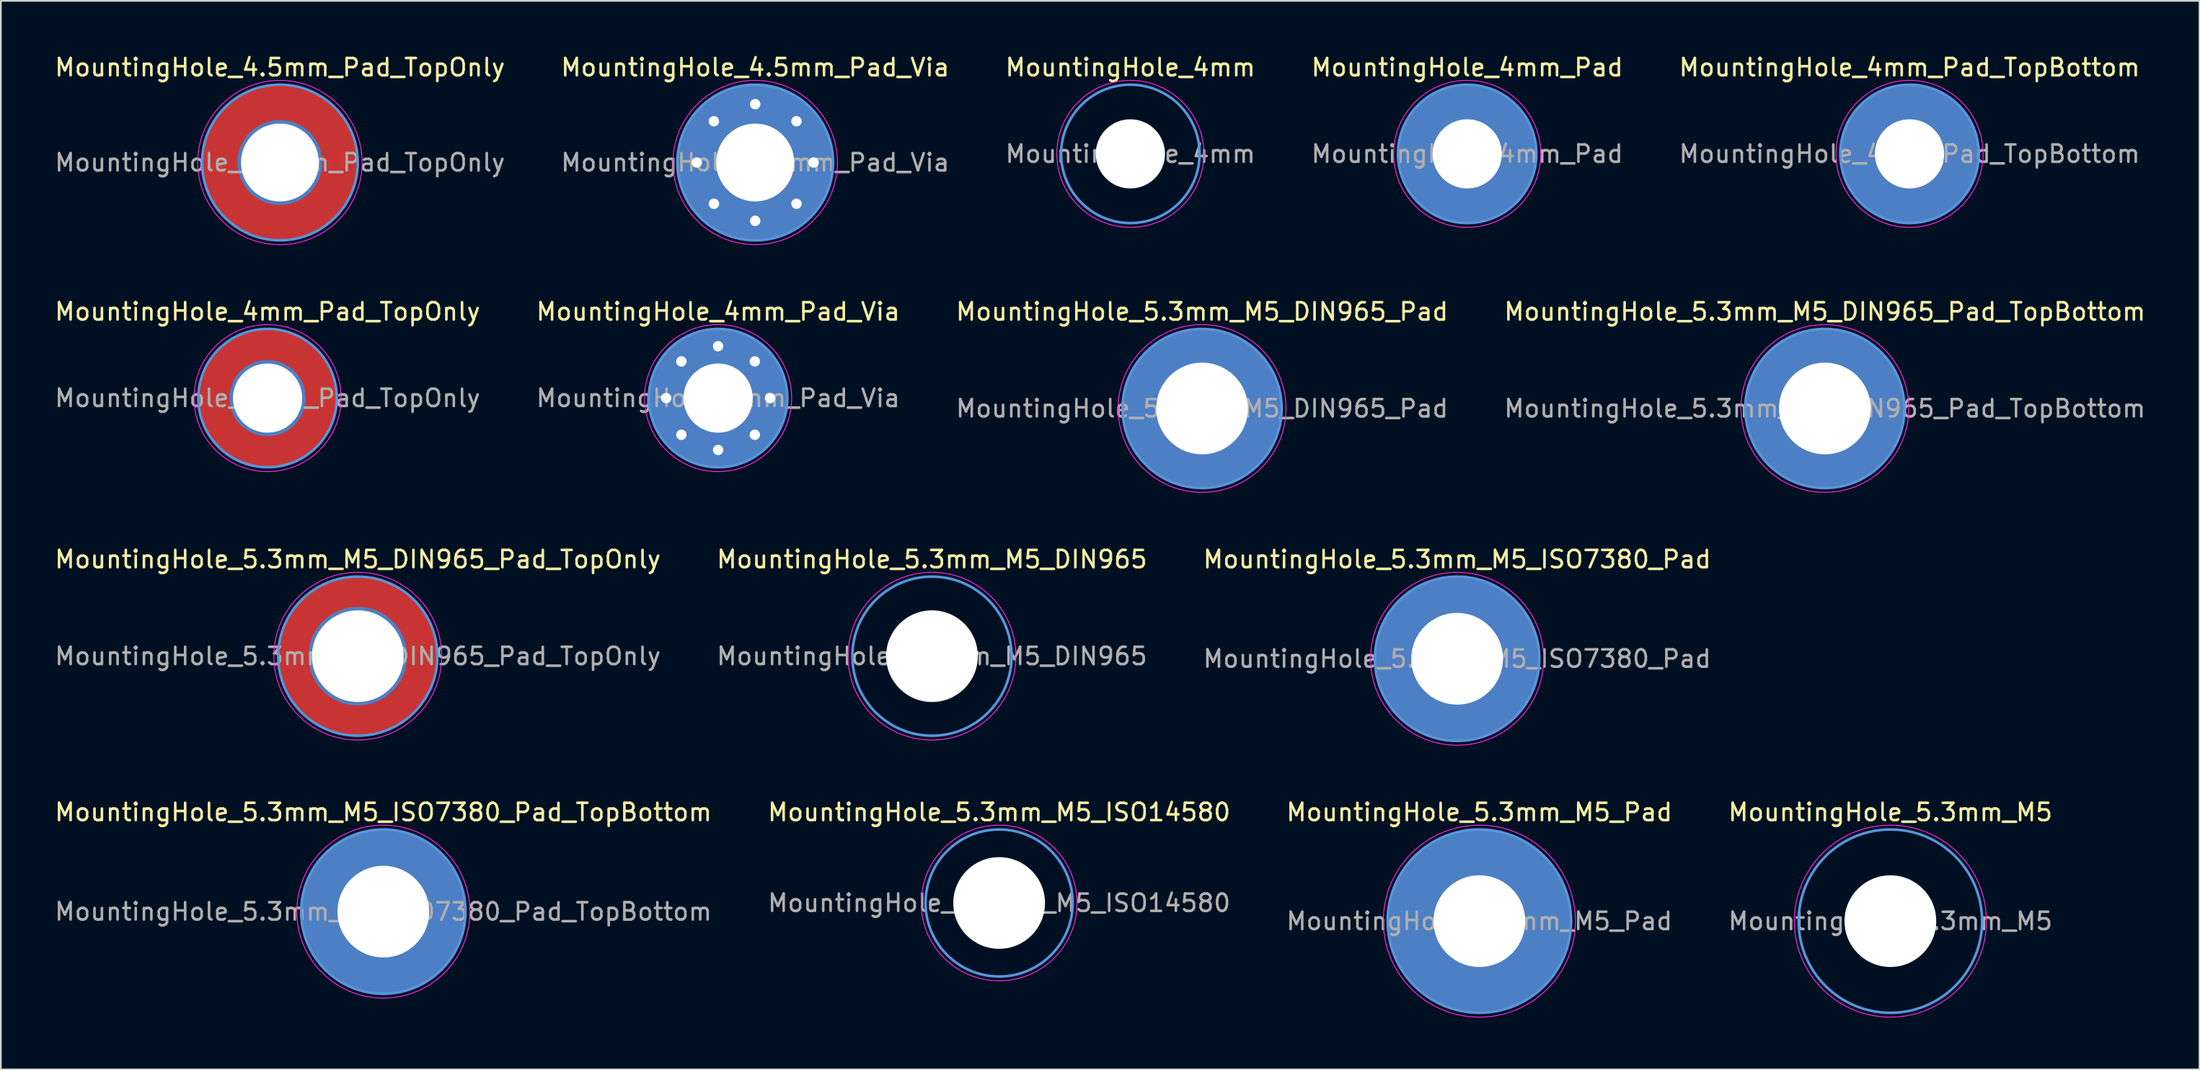
<source format=kicad_pcb>
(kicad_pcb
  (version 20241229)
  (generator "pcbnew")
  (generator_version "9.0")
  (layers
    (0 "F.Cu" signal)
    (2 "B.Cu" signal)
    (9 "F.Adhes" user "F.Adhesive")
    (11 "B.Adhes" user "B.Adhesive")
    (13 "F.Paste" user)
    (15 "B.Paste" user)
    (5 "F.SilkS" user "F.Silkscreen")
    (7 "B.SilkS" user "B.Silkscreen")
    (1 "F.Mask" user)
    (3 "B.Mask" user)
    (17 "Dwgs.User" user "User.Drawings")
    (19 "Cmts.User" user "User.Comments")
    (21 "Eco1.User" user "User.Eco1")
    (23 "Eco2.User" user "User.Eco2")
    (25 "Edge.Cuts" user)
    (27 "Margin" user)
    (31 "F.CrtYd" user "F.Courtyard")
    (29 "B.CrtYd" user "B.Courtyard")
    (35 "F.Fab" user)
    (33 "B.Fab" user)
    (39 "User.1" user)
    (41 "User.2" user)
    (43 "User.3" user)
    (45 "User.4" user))
  (footprint "MountingHole_5.3mm_M5_Pad"
    (layer "F.Cu")
    (at 82.435 50.218)
    (property "Reference" "MountingHole_5.3mm_M5_Pad" (at 0 -6.3 0) (layer "F.SilkS") (effects (font (size 1 1) (thickness 0.15))))
    (attr exclude_from_pos_files exclude_from_bom)
    (fp_circle (center 0 0) (end 5.3 0) (stroke (width 0.15) (type solid)) (fill no) (layer "Cmts.User"))
    (fp_circle (center 0 0) (end 5.55 0) (stroke (width 0.05) (type solid)) (fill no) (layer "F.CrtYd"))
    (fp_text user "${REFERENCE}" (at 0 0 0) (layer "F.Fab") (effects (font (size 1 1) (thickness 0.15))))
    (pad "1" thru_hole circle (at 0 0) (size 10.6 10.6) (drill 5.3) (layers "*.Cu" "*.Mask")))
  (footprint "MountingHole_4mm_Pad_TopBottom"
    (layer "F.Cu")
    (at 107.292 5.848)
    (property "Reference" "MountingHole_4mm_Pad_TopBottom" (at 0 -5 0) (layer "F.SilkS") (effects (font (size 1 1) (thickness 0.15))))
    (attr exclude_from_pos_files exclude_from_bom)
    (fp_circle (center 0 0) (end 4 0) (stroke (width 0.15) (type solid)) (fill no) (layer "Cmts.User"))
    (fp_circle (center 0 0) (end 4.25 0) (stroke (width 0.05) (type solid)) (fill no) (layer "F.CrtYd"))
    (fp_text user "${REFERENCE}" (at 0 0 0) (layer "F.Fab") (effects (font (size 1 1) (thickness 0.15))))
    (pad "1" thru_hole circle (at 0 0) (size 4.4 4.4) (drill 4) (layers "*.Cu" "*.Mask"))
    (pad "1" connect circle (at 0 0) (size 8 8) (layers "F.Cu" "F.Mask"))
    (pad "1" connect circle (at 0 0) (size 8 8) (layers "B.Cu" "B.Mask")))
  (footprint "MountingHole_4mm_Pad"
    (layer "F.Cu")
    (at 81.732 5.848)
    (property "Reference" "MountingHole_4mm_Pad" (at 0 -5 0) (layer "F.SilkS") (effects (font (size 1 1) (thickness 0.15))))
    (attr exclude_from_pos_files exclude_from_bom)
    (fp_circle (center 0 0) (end 4 0) (stroke (width 0.15) (type solid)) (fill no) (layer "Cmts.User"))
    (fp_circle (center 0 0) (end 4.25 0) (stroke (width 0.05) (type solid)) (fill no) (layer "F.CrtYd"))
    (fp_text user "${REFERENCE}" (at 0 0 0) (layer "F.Fab") (effects (font (size 1 1) (thickness 0.15))))
    (pad "1" thru_hole circle (at 0 0) (size 8 8) (drill 4) (layers "*.Cu" "*.Mask")))
  (footprint "MountingHole_5.3mm_M5_ISO7380_Pad"
    (layer "F.Cu")
    (at 81.149 35.045)
    (property "Reference" "MountingHole_5.3mm_M5_ISO7380_Pad" (at 0 -5.75 0) (layer "F.SilkS") (effects (font (size 1 1) (thickness 0.15))))
    (attr exclude_from_pos_files exclude_from_bom)
    (fp_circle (center 0 0) (end 4.75 0) (stroke (width 0.15) (type solid)) (fill no) (layer "Cmts.User"))
    (fp_circle (center 0 0) (end 5 0) (stroke (width 0.05) (type solid)) (fill no) (layer "F.CrtYd"))
    (fp_text user "${REFERENCE}" (at 0 0 0) (layer "F.Fab") (effects (font (size 1 1) (thickness 0.15))))
    (pad "1" thru_hole circle (at 0 0) (size 9.5 9.5) (drill 5.3) (layers "*.Cu" "*.Mask")))
  (footprint "MountingHole_5.3mm_M5_DIN965"
    (layer "F.Cu")
    (at 50.804 34.895)
    (property "Reference" "MountingHole_5.3mm_M5_DIN965" (at 0 -5.6 0) (layer "F.SilkS") (effects (font (size 1 1) (thickness 0.15))))
    (attr exclude_from_pos_files exclude_from_bom)
    (fp_circle (center 0 0) (end 4.6 0) (stroke (width 0.15) (type solid)) (fill no) (layer "Cmts.User"))
    (fp_circle (center 0 0) (end 4.85 0) (stroke (width 0.05) (type solid)) (fill no) (layer "F.CrtYd"))
    (fp_text user "${REFERENCE}" (at 0 0 0) (layer "F.Fab") (effects (font (size 1 1) (thickness 0.15))))
    (pad "" np_thru_hole circle (at 0 0) (size 5.3 5.3) (drill 5.3) (layers "*.Cu" "*.Mask")))
  (footprint "MountingHole_4.5mm_Pad_Via"
    (layer "F.Cu")
    (at 40.589 6.348)
    (property "Reference" "MountingHole_4.5mm_Pad_Via" (at 0 -5.5 0) (layer "F.SilkS") (effects (font (size 1 1) (thickness 0.15))))
    (attr exclude_from_pos_files exclude_from_bom)
    (fp_circle (center 0 0) (end 4.5 0) (stroke (width 0.15) (type solid)) (fill no) (layer "Cmts.User"))
    (fp_circle (center 0 0) (end 4.75 0) (stroke (width 0.05) (type solid)) (fill no) (layer "F.CrtYd"))
    (fp_text user "${REFERENCE}" (at 0 0 0) (layer "F.Fab") (effects (font (size 1 1) (thickness 0.15))))
    (pad "1" thru_hole circle (at -3.375 0) (size 0.9 0.9) (drill 0.6) (layers "*.Cu" "*.Mask"))
    (pad "1" thru_hole circle (at -2.386 -2.386) (size 0.9 0.9) (drill 0.6) (layers "*.Cu" "*.Mask"))
    (pad "1" thru_hole circle (at -2.386 2.386) (size 0.9 0.9) (drill 0.6) (layers "*.Cu" "*.Mask"))
    (pad "1" thru_hole circle (at 0 -3.375) (size 0.9 0.9) (drill 0.6) (layers "*.Cu" "*.Mask"))
    (pad "1" thru_hole circle (at 0 0) (size 9 9) (drill 4.5) (layers "*.Cu" "*.Mask"))
    (pad "1" thru_hole circle (at 0 3.375) (size 0.9 0.9) (drill 0.6) (layers "*.Cu" "*.Mask"))
    (pad "1" thru_hole circle (at 2.386 -2.386) (size 0.9 0.9) (drill 0.6) (layers "*.Cu" "*.Mask"))
    (pad "1" thru_hole circle (at 2.386 2.386) (size 0.9 0.9) (drill 0.6) (layers "*.Cu" "*.Mask"))
    (pad "1" thru_hole circle (at 3.375 0) (size 0.9 0.9) (drill 0.6) (layers "*.Cu" "*.Mask")))
  (footprint "MountingHole_5.3mm_M5_DIN965_Pad_TopOnly"
    (layer "F.Cu")
    (at 17.625 34.895)
    (property "Reference" "MountingHole_5.3mm_M5_DIN965_Pad_TopOnly" (at 0 -5.6 0) (layer "F.SilkS") (effects (font (size 1 1) (thickness 0.15))))
    (attr exclude_from_pos_files exclude_from_bom)
    (fp_circle (center 0 0) (end 4.6 0) (stroke (width 0.15) (type solid)) (fill no) (layer "Cmts.User"))
    (fp_circle (center 0 0) (end 4.85 0) (stroke (width 0.05) (type solid)) (fill no) (layer "F.CrtYd"))
    (fp_text user "${REFERENCE}" (at 0 0 0) (layer "F.Fab") (effects (font (size 1 1) (thickness 0.15))))
    (pad "1" thru_hole circle (at 0 0) (size 5.7 5.7) (drill 5.3) (layers "*.Cu" "*.Mask"))
    (pad "1" connect circle (at 0 0) (size 9.2 9.2) (layers "F.Cu" "F.Mask")))
  (footprint "MountingHole_5.3mm_M5_ISO7380_Pad_TopBottom"
    (layer "F.Cu")
    (at 19.101 49.668)
    (property "Reference" "MountingHole_5.3mm_M5_ISO7380_Pad_TopBottom" (at 0 -5.75 0) (layer "F.SilkS") (effects (font (size 1 1) (thickness 0.15))))
    (attr exclude_from_pos_files exclude_from_bom)
    (fp_circle (center 0 0) (end 4.75 0) (stroke (width 0.15) (type solid)) (fill no) (layer "Cmts.User"))
    (fp_circle (center 0 0) (end 5 0) (stroke (width 0.05) (type solid)) (fill no) (layer "F.CrtYd"))
    (fp_text user "${REFERENCE}" (at 0 0 0) (layer "F.Fab") (effects (font (size 1 1) (thickness 0.15))))
    (pad "1" thru_hole circle (at 0 0) (size 5.7 5.7) (drill 5.3) (layers "*.Cu" "*.Mask"))
    (pad "1" connect circle (at 0 0) (size 9.5 9.5) (layers "F.Cu" "F.Mask"))
    (pad "1" connect circle (at 0 0) (size 9.5 9.5) (layers "B.Cu" "B.Mask")))
  (footprint "MountingHole_5.3mm_M5_DIN965_Pad"
    (layer "F.Cu")
    (at 66.411 20.572)
    (property "Reference" "MountingHole_5.3mm_M5_DIN965_Pad" (at 0 -5.6 0) (layer "F.SilkS") (effects (font (size 1 1) (thickness 0.15))))
    (attr exclude_from_pos_files exclude_from_bom)
    (fp_circle (center 0 0) (end 4.6 0) (stroke (width 0.15) (type solid)) (fill no) (layer "Cmts.User"))
    (fp_circle (center 0 0) (end 4.85 0) (stroke (width 0.05) (type solid)) (fill no) (layer "F.CrtYd"))
    (fp_text user "${REFERENCE}" (at 0 0 0) (layer "F.Fab") (effects (font (size 1 1) (thickness 0.15))))
    (pad "1" thru_hole circle (at 0 0) (size 9.2 9.2) (drill 5.3) (layers "*.Cu" "*.Mask")))
  (footprint "MountingHole_5.3mm_M5_ISO14580"
    (layer "F.Cu")
    (at 54.685 49.168)
    (property "Reference" "MountingHole_5.3mm_M5_ISO14580" (at 0 -5.25 0) (layer "F.SilkS") (effects (font (size 1 1) (thickness 0.15))))
    (attr exclude_from_pos_files exclude_from_bom)
    (fp_circle (center 0 0) (end 4.25 0) (stroke (width 0.15) (type solid)) (fill no) (layer "Cmts.User"))
    (fp_circle (center 0 0) (end 4.5 0) (stroke (width 0.05) (type solid)) (fill no) (layer "F.CrtYd"))
    (fp_text user "${REFERENCE}" (at 0 0 0) (layer "F.Fab") (effects (font (size 1 1) (thickness 0.15))))
    (pad "" np_thru_hole circle (at 0 0) (size 5.3 5.3) (drill 5.3) (layers "*.Cu" "*.Mask")))
  (footprint "MountingHole_5.3mm_M5_DIN965_Pad_TopBottom"
    (layer "F.Cu")
    (at 102.399 20.572)
    (property "Reference" "MountingHole_5.3mm_M5_DIN965_Pad_TopBottom" (at 0 -5.6 0) (layer "F.SilkS") (effects (font (size 1 1) (thickness 0.15))))
    (attr exclude_from_pos_files exclude_from_bom)
    (fp_circle (center 0 0) (end 4.6 0) (stroke (width 0.15) (type solid)) (fill no) (layer "Cmts.User"))
    (fp_circle (center 0 0) (end 4.85 0) (stroke (width 0.05) (type solid)) (fill no) (layer "F.CrtYd"))
    (fp_text user "${REFERENCE}" (at 0 0 0) (layer "F.Fab") (effects (font (size 1 1) (thickness 0.15))))
    (pad "1" thru_hole circle (at 0 0) (size 5.7 5.7) (drill 5.3) (layers "*.Cu" "*.Mask"))
    (pad "1" connect circle (at 0 0) (size 9.2 9.2) (layers "F.Cu" "F.Mask"))
    (pad "1" connect circle (at 0 0) (size 9.2 9.2) (layers "B.Cu" "B.Mask")))
  (footprint "MountingHole_5.3mm_M5"
    (layer "F.Cu")
    (at 106.185 50.218)
    (property "Reference" "MountingHole_5.3mm_M5" (at 0 -6.3 0) (layer "F.SilkS") (effects (font (size 1 1) (thickness 0.15))))
    (attr exclude_from_pos_files exclude_from_bom)
    (fp_circle (center 0 0) (end 5.3 0) (stroke (width 0.15) (type solid)) (fill no) (layer "Cmts.User"))
    (fp_circle (center 0 0) (end 5.55 0) (stroke (width 0.05) (type solid)) (fill no) (layer "F.CrtYd"))
    (fp_text user "${REFERENCE}" (at 0 0 0) (layer "F.Fab") (effects (font (size 1 1) (thickness 0.15))))
    (pad "" np_thru_hole circle (at 0 0) (size 5.3 5.3) (drill 5.3) (layers "*.Cu" "*.Mask")))
  (footprint "MountingHole_4mm_Pad_Via"
    (layer "F.Cu")
    (at 38.446 19.971)
    (property "Reference" "MountingHole_4mm_Pad_Via" (at 0 -5 0) (layer "F.SilkS") (effects (font (size 1 1) (thickness 0.15))))
    (attr exclude_from_pos_files exclude_from_bom)
    (fp_circle (center 0 0) (end 4 0) (stroke (width 0.15) (type solid)) (fill no) (layer "Cmts.User"))
    (fp_circle (center 0 0) (end 4.25 0) (stroke (width 0.05) (type solid)) (fill no) (layer "F.CrtYd"))
    (fp_text user "${REFERENCE}" (at 0 0 0) (layer "F.Fab") (effects (font (size 1 1) (thickness 0.15))))
    (pad "1" thru_hole circle (at -3 0) (size 0.9 0.9) (drill 0.6) (layers "*.Cu" "*.Mask"))
    (pad "1" thru_hole circle (at -2.121 -2.121) (size 0.9 0.9) (drill 0.6) (layers "*.Cu" "*.Mask"))
    (pad "1" thru_hole circle (at -2.121 2.121) (size 0.9 0.9) (drill 0.6) (layers "*.Cu" "*.Mask"))
    (pad "1" thru_hole circle (at 0 -3) (size 0.9 0.9) (drill 0.6) (layers "*.Cu" "*.Mask"))
    (pad "1" thru_hole circle (at 0 0) (size 8 8) (drill 4) (layers "*.Cu" "*.Mask"))
    (pad "1" thru_hole circle (at 0 3) (size 0.9 0.9) (drill 0.6) (layers "*.Cu" "*.Mask"))
    (pad "1" thru_hole circle (at 2.121 -2.121) (size 0.9 0.9) (drill 0.6) (layers "*.Cu" "*.Mask"))
    (pad "1" thru_hole circle (at 2.121 2.121) (size 0.9 0.9) (drill 0.6) (layers "*.Cu" "*.Mask"))
    (pad "1" thru_hole circle (at 3 0) (size 0.9 0.9) (drill 0.6) (layers "*.Cu" "*.Mask")))
  (footprint "MountingHole_4mm"
    (layer "F.Cu")
    (at 62.268 5.848)
    (property "Reference" "MountingHole_4mm" (at 0 -5 0) (layer "F.SilkS") (effects (font (size 1 1) (thickness 0.15))))
    (attr exclude_from_pos_files exclude_from_bom)
    (fp_circle (center 0 0) (end 4 0) (stroke (width 0.15) (type solid)) (fill no) (layer "Cmts.User"))
    (fp_circle (center 0 0) (end 4.25 0) (stroke (width 0.05) (type solid)) (fill no) (layer "F.CrtYd"))
    (fp_text user "${REFERENCE}" (at 0 0 0) (layer "F.Fab") (effects (font (size 1 1) (thickness 0.15))))
    (pad "" np_thru_hole circle (at 0 0) (size 4 4) (drill 4) (layers "*.Cu" "*.Mask")))
  (footprint "MountingHole_4.5mm_Pad_TopOnly"
    (layer "F.Cu")
    (at 13.125 6.348)
    (property "Reference" "MountingHole_4.5mm_Pad_TopOnly" (at 0 -5.5 0) (layer "F.SilkS") (effects (font (size 1 1) (thickness 0.15))))
    (attr exclude_from_pos_files exclude_from_bom)
    (fp_circle (center 0 0) (end 4.5 0) (stroke (width 0.15) (type solid)) (fill no) (layer "Cmts.User"))
    (fp_circle (center 0 0) (end 4.75 0) (stroke (width 0.05) (type solid)) (fill no) (layer "F.CrtYd"))
    (fp_text user "${REFERENCE}" (at 0 0 0) (layer "F.Fab") (effects (font (size 1 1) (thickness 0.15))))
    (pad "1" thru_hole circle (at 0 0) (size 4.9 4.9) (drill 4.5) (layers "*.Cu" "*.Mask"))
    (pad "1" connect circle (at 0 0) (size 9 9) (layers "F.Cu" "F.Mask")))
  (footprint "MountingHole_4mm_Pad_TopOnly"
    (layer "F.Cu")
    (at 12.411 19.971)
    (property "Reference" "MountingHole_4mm_Pad_TopOnly" (at 0 -5 0) (layer "F.SilkS") (effects (font (size 1 1) (thickness 0.15))))
    (attr exclude_from_pos_files exclude_from_bom)
    (fp_circle (center 0 0) (end 4 0) (stroke (width 0.15) (type solid)) (fill no) (layer "Cmts.User"))
    (fp_circle (center 0 0) (end 4.25 0) (stroke (width 0.05) (type solid)) (fill no) (layer "F.CrtYd"))
    (fp_text user "${REFERENCE}" (at 0 0 0) (layer "F.Fab") (effects (font (size 1 1) (thickness 0.15))))
    (pad "1" thru_hole circle (at 0 0) (size 4.4 4.4) (drill 4) (layers "*.Cu" "*.Mask"))
    (pad "1" connect circle (at 0 0) (size 8 8) (layers "F.Cu" "F.Mask")))
  (gr_rect
    (start -3 -3)
    (end 124.048 58.793)
    (stroke (width 0.1) (type default))
    (fill no)
    (layer "Edge.Cuts")))
</source>
